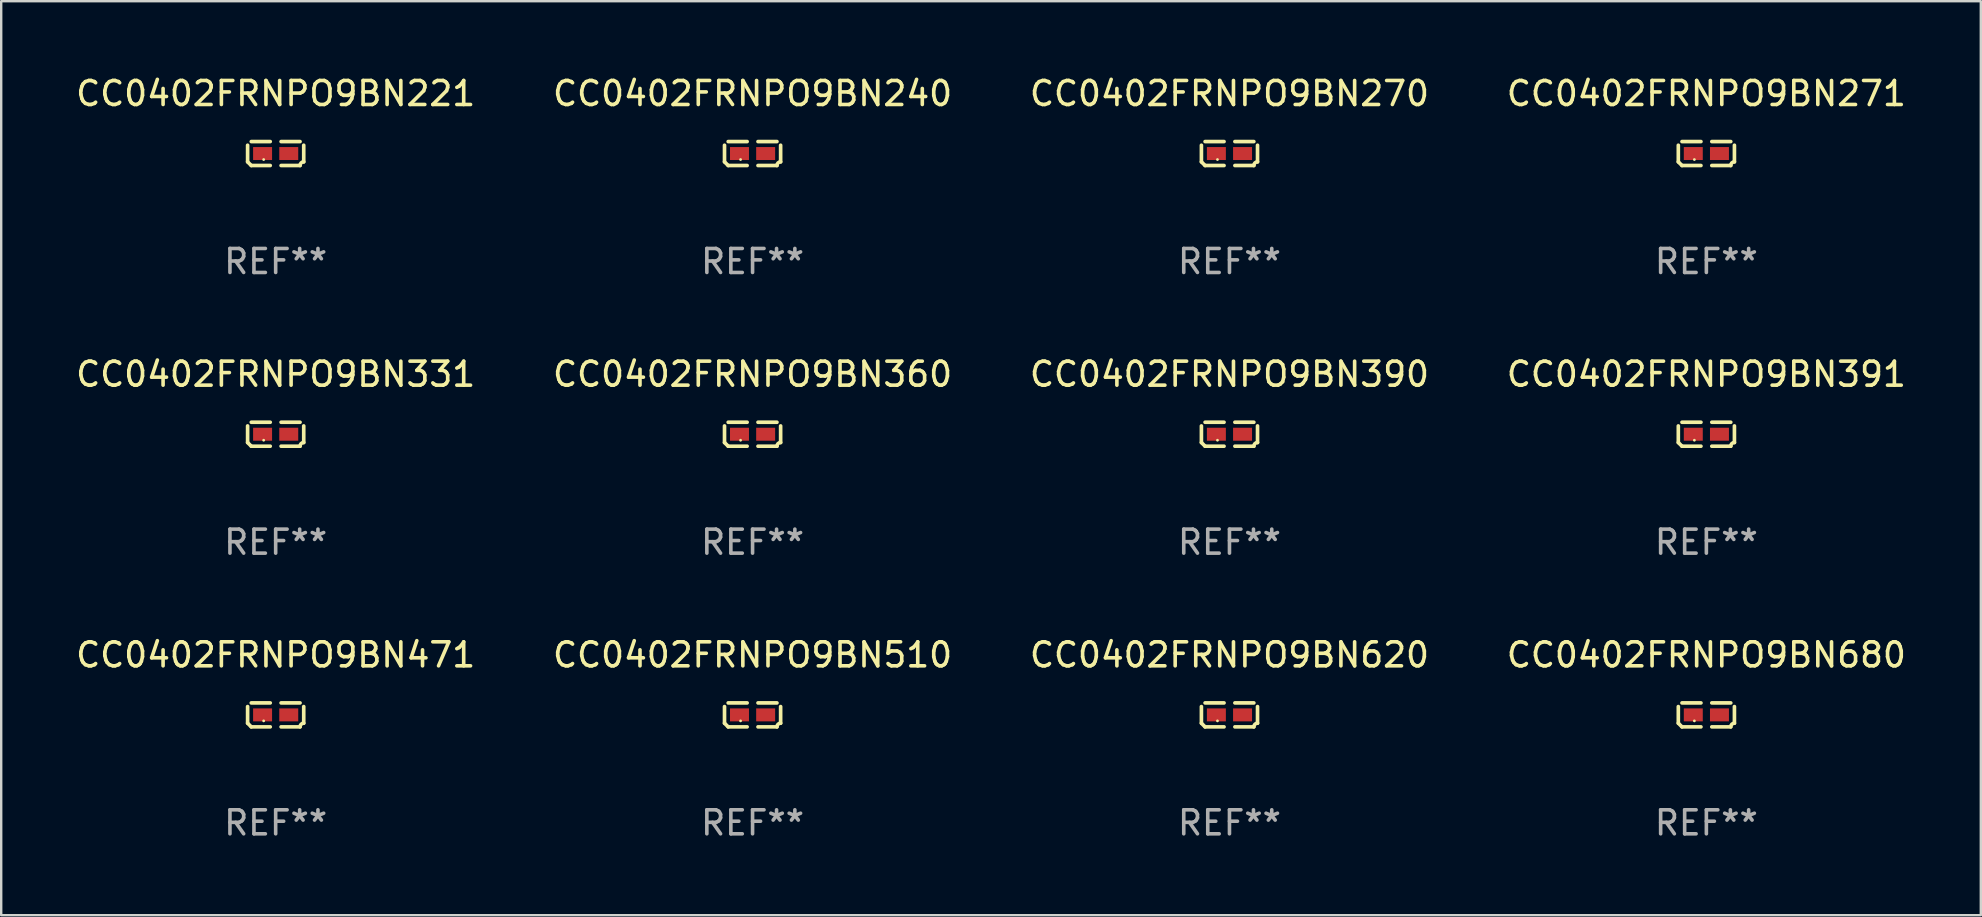
<source format=kicad_pcb>
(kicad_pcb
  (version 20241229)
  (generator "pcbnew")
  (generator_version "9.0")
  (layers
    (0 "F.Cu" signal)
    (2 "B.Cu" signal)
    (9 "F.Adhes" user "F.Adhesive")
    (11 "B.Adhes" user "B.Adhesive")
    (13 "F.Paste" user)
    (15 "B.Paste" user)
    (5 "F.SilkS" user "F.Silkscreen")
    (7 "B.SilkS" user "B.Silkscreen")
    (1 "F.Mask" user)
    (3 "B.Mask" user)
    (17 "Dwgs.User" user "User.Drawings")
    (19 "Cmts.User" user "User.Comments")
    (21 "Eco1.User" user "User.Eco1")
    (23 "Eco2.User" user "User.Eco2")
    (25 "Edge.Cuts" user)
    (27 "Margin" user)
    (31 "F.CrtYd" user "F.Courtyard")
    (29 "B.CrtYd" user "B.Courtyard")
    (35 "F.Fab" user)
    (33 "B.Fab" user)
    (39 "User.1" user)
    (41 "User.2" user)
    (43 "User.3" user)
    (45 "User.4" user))
  (footprint "CC0402FRNPO9BN620"
    (layer "F.Cu")
    (at 48.173 26.734)
    (property "Reference" "CC0402FRNPO9BN620" (at 0 -2.499 0) (layer "F.SilkS") (effects (font (size 1 1) (thickness 0.15))))
    (attr through_hole)
    (fp_line (start -1.169 0.346) (end -1.169 -0.346) (stroke (width 0.152) (type solid)) (layer "F.SilkS"))
    (fp_line (start -1.016 -0.499) (end -0.226 -0.499) (stroke (width 0.152) (type solid)) (layer "F.SilkS"))
    (fp_line (start -0.226 0.499) (end -1.016 0.499) (stroke (width 0.152) (type solid)) (layer "F.SilkS"))
    (fp_line (start 0.226 0.499) (end 1.016 0.499) (stroke (width 0.152) (type solid)) (layer "F.SilkS"))
    (fp_line (start 1.016 -0.499) (end 0.226 -0.499) (stroke (width 0.152) (type solid)) (layer "F.SilkS"))
    (fp_line (start 1.169 0.346) (end 1.169 -0.346) (stroke (width 0.152) (type solid)) (layer "F.SilkS"))
    (fp_arc (start -1.016307 0.498603) (mid -1.092512 0.422405) (end -1.16871 0.3462) (stroke (width 0.1524) (type solid)) (layer "F.SilkS"))
    (fp_arc (start 1.016307 0.498603) (mid 1.060899 0.390758) (end 1.168707 0.346076) (stroke (width 0.1524) (type solid)) (layer "F.SilkS"))
    (fp_circle (center -0.5 0.25) (end -0.47 0.25) (stroke (width 0.06) (type solid)) (fill no) (layer "F.SilkS"))
    (fp_text user "REF**" (at 0 4.499 0) (layer "F.Fab") (effects (font (size 1 1) (thickness 0.15))))
    (pad "1" smd rect (at -0.545 0) (size 0.79 0.54) (layers "F.Cu" "F.Mask" "F.Paste"))
    (pad "2" smd rect (at 0.545 0) (size 0.79 0.54) (layers "F.Cu" "F.Mask" "F.Paste")))
  (footprint "CC0402FRNPO9BN221"
    (layer "F.Cu")
    (at 8.435 3.347)
    (property "Reference" "CC0402FRNPO9BN221" (at 0 -2.499 0) (layer "F.SilkS") (effects (font (size 1 1) (thickness 0.15))))
    (attr through_hole)
    (fp_line (start -1.169 0.346) (end -1.169 -0.346) (stroke (width 0.152) (type solid)) (layer "F.SilkS"))
    (fp_line (start -1.016 -0.499) (end -0.226 -0.499) (stroke (width 0.152) (type solid)) (layer "F.SilkS"))
    (fp_line (start -0.226 0.499) (end -1.016 0.499) (stroke (width 0.152) (type solid)) (layer "F.SilkS"))
    (fp_line (start 0.226 0.499) (end 1.016 0.499) (stroke (width 0.152) (type solid)) (layer "F.SilkS"))
    (fp_line (start 1.016 -0.499) (end 0.226 -0.499) (stroke (width 0.152) (type solid)) (layer "F.SilkS"))
    (fp_line (start 1.169 0.346) (end 1.169 -0.346) (stroke (width 0.152) (type solid)) (layer "F.SilkS"))
    (fp_arc (start -1.016307 0.498603) (mid -1.092512 0.422405) (end -1.16871 0.3462) (stroke (width 0.1524) (type solid)) (layer "F.SilkS"))
    (fp_arc (start 1.016307 0.498603) (mid 1.060899 0.390758) (end 1.168707 0.346076) (stroke (width 0.1524) (type solid)) (layer "F.SilkS"))
    (fp_circle (center -0.5 0.25) (end -0.47 0.25) (stroke (width 0.06) (type solid)) (fill no) (layer "F.SilkS"))
    (fp_text user "REF**" (at 0 4.499 0) (layer "F.Fab") (effects (font (size 1 1) (thickness 0.15))))
    (pad "1" smd rect (at -0.545 0) (size 0.79 0.54) (layers "F.Cu" "F.Mask" "F.Paste"))
    (pad "2" smd rect (at 0.545 0) (size 0.79 0.54) (layers "F.Cu" "F.Mask" "F.Paste")))
  (footprint "CC0402FRNPO9BN680"
    (layer "F.Cu")
    (at 68.042 26.734)
    (property "Reference" "CC0402FRNPO9BN680" (at 0 -2.499 0) (layer "F.SilkS") (effects (font (size 1 1) (thickness 0.15))))
    (attr through_hole)
    (fp_line (start -1.169 0.346) (end -1.169 -0.346) (stroke (width 0.152) (type solid)) (layer "F.SilkS"))
    (fp_line (start -1.016 -0.499) (end -0.226 -0.499) (stroke (width 0.152) (type solid)) (layer "F.SilkS"))
    (fp_line (start -0.226 0.499) (end -1.016 0.499) (stroke (width 0.152) (type solid)) (layer "F.SilkS"))
    (fp_line (start 0.226 0.499) (end 1.016 0.499) (stroke (width 0.152) (type solid)) (layer "F.SilkS"))
    (fp_line (start 1.016 -0.499) (end 0.226 -0.499) (stroke (width 0.152) (type solid)) (layer "F.SilkS"))
    (fp_line (start 1.169 0.346) (end 1.169 -0.346) (stroke (width 0.152) (type solid)) (layer "F.SilkS"))
    (fp_arc (start -1.016307 0.498603) (mid -1.092512 0.422405) (end -1.16871 0.3462) (stroke (width 0.1524) (type solid)) (layer "F.SilkS"))
    (fp_arc (start 1.016307 0.498603) (mid 1.060899 0.390758) (end 1.168707 0.346076) (stroke (width 0.1524) (type solid)) (layer "F.SilkS"))
    (fp_circle (center -0.5 0.25) (end -0.47 0.25) (stroke (width 0.06) (type solid)) (fill no) (layer "F.SilkS"))
    (fp_text user "REF**" (at 0 4.499 0) (layer "F.Fab") (effects (font (size 1 1) (thickness 0.15))))
    (pad "1" smd rect (at -0.545 0) (size 0.79 0.54) (layers "F.Cu" "F.Mask" "F.Paste"))
    (pad "2" smd rect (at 0.545 0) (size 0.79 0.54) (layers "F.Cu" "F.Mask" "F.Paste")))
  (footprint "CC0402FRNPO9BN271"
    (layer "F.Cu")
    (at 68.042 3.347)
    (property "Reference" "CC0402FRNPO9BN271" (at 0 -2.499 0) (layer "F.SilkS") (effects (font (size 1 1) (thickness 0.15))))
    (attr through_hole)
    (fp_line (start -1.169 0.346) (end -1.169 -0.346) (stroke (width 0.152) (type solid)) (layer "F.SilkS"))
    (fp_line (start -1.016 -0.499) (end -0.226 -0.499) (stroke (width 0.152) (type solid)) (layer "F.SilkS"))
    (fp_line (start -0.226 0.499) (end -1.016 0.499) (stroke (width 0.152) (type solid)) (layer "F.SilkS"))
    (fp_line (start 0.226 0.499) (end 1.016 0.499) (stroke (width 0.152) (type solid)) (layer "F.SilkS"))
    (fp_line (start 1.016 -0.499) (end 0.226 -0.499) (stroke (width 0.152) (type solid)) (layer "F.SilkS"))
    (fp_line (start 1.169 0.346) (end 1.169 -0.346) (stroke (width 0.152) (type solid)) (layer "F.SilkS"))
    (fp_arc (start -1.016307 0.498603) (mid -1.092512 0.422405) (end -1.16871 0.3462) (stroke (width 0.1524) (type solid)) (layer "F.SilkS"))
    (fp_arc (start 1.016307 0.498603) (mid 1.060899 0.390758) (end 1.168707 0.346076) (stroke (width 0.1524) (type solid)) (layer "F.SilkS"))
    (fp_circle (center -0.5 0.25) (end -0.47 0.25) (stroke (width 0.06) (type solid)) (fill no) (layer "F.SilkS"))
    (fp_text user "REF**" (at 0 4.499 0) (layer "F.Fab") (effects (font (size 1 1) (thickness 0.15))))
    (pad "1" smd rect (at -0.545 0) (size 0.79 0.54) (layers "F.Cu" "F.Mask" "F.Paste"))
    (pad "2" smd rect (at 0.545 0) (size 0.79 0.54) (layers "F.Cu" "F.Mask" "F.Paste")))
  (footprint "CC0402FRNPO9BN391"
    (layer "F.Cu")
    (at 68.042 15.041)
    (property "Reference" "CC0402FRNPO9BN391" (at 0 -2.499 0) (layer "F.SilkS") (effects (font (size 1 1) (thickness 0.15))))
    (attr through_hole)
    (fp_line (start -1.169 0.346) (end -1.169 -0.346) (stroke (width 0.152) (type solid)) (layer "F.SilkS"))
    (fp_line (start -1.016 -0.499) (end -0.226 -0.499) (stroke (width 0.152) (type solid)) (layer "F.SilkS"))
    (fp_line (start -0.226 0.499) (end -1.016 0.499) (stroke (width 0.152) (type solid)) (layer "F.SilkS"))
    (fp_line (start 0.226 0.499) (end 1.016 0.499) (stroke (width 0.152) (type solid)) (layer "F.SilkS"))
    (fp_line (start 1.016 -0.499) (end 0.226 -0.499) (stroke (width 0.152) (type solid)) (layer "F.SilkS"))
    (fp_line (start 1.169 0.346) (end 1.169 -0.346) (stroke (width 0.152) (type solid)) (layer "F.SilkS"))
    (fp_arc (start -1.016307 0.498603) (mid -1.092512 0.422405) (end -1.16871 0.3462) (stroke (width 0.1524) (type solid)) (layer "F.SilkS"))
    (fp_arc (start 1.016307 0.498603) (mid 1.060899 0.390758) (end 1.168707 0.346076) (stroke (width 0.1524) (type solid)) (layer "F.SilkS"))
    (fp_circle (center -0.5 0.25) (end -0.47 0.25) (stroke (width 0.06) (type solid)) (fill no) (layer "F.SilkS"))
    (fp_text user "REF**" (at 0 4.499 0) (layer "F.Fab") (effects (font (size 1 1) (thickness 0.15))))
    (pad "1" smd rect (at -0.545 0) (size 0.79 0.54) (layers "F.Cu" "F.Mask" "F.Paste"))
    (pad "2" smd rect (at 0.545 0) (size 0.79 0.54) (layers "F.Cu" "F.Mask" "F.Paste")))
  (footprint "CC0402FRNPO9BN471"
    (layer "F.Cu")
    (at 8.435 26.734)
    (property "Reference" "CC0402FRNPO9BN471" (at 0 -2.499 0) (layer "F.SilkS") (effects (font (size 1 1) (thickness 0.15))))
    (attr through_hole)
    (fp_line (start -1.169 0.346) (end -1.169 -0.346) (stroke (width 0.152) (type solid)) (layer "F.SilkS"))
    (fp_line (start -1.016 -0.499) (end -0.226 -0.499) (stroke (width 0.152) (type solid)) (layer "F.SilkS"))
    (fp_line (start -0.226 0.499) (end -1.016 0.499) (stroke (width 0.152) (type solid)) (layer "F.SilkS"))
    (fp_line (start 0.226 0.499) (end 1.016 0.499) (stroke (width 0.152) (type solid)) (layer "F.SilkS"))
    (fp_line (start 1.016 -0.499) (end 0.226 -0.499) (stroke (width 0.152) (type solid)) (layer "F.SilkS"))
    (fp_line (start 1.169 0.346) (end 1.169 -0.346) (stroke (width 0.152) (type solid)) (layer "F.SilkS"))
    (fp_arc (start -1.016307 0.498603) (mid -1.092512 0.422405) (end -1.16871 0.3462) (stroke (width 0.1524) (type solid)) (layer "F.SilkS"))
    (fp_arc (start 1.016307 0.498603) (mid 1.060899 0.390758) (end 1.168707 0.346076) (stroke (width 0.1524) (type solid)) (layer "F.SilkS"))
    (fp_circle (center -0.5 0.25) (end -0.47 0.25) (stroke (width 0.06) (type solid)) (fill no) (layer "F.SilkS"))
    (fp_text user "REF**" (at 0 4.499 0) (layer "F.Fab") (effects (font (size 1 1) (thickness 0.15))))
    (pad "1" smd rect (at -0.545 0) (size 0.79 0.54) (layers "F.Cu" "F.Mask" "F.Paste"))
    (pad "2" smd rect (at 0.545 0) (size 0.79 0.54) (layers "F.Cu" "F.Mask" "F.Paste")))
  (footprint "CC0402FRNPO9BN331"
    (layer "F.Cu")
    (at 8.435 15.041)
    (property "Reference" "CC0402FRNPO9BN331" (at 0 -2.499 0) (layer "F.SilkS") (effects (font (size 1 1) (thickness 0.15))))
    (attr through_hole)
    (fp_line (start -1.169 0.346) (end -1.169 -0.346) (stroke (width 0.152) (type solid)) (layer "F.SilkS"))
    (fp_line (start -1.016 -0.499) (end -0.226 -0.499) (stroke (width 0.152) (type solid)) (layer "F.SilkS"))
    (fp_line (start -0.226 0.499) (end -1.016 0.499) (stroke (width 0.152) (type solid)) (layer "F.SilkS"))
    (fp_line (start 0.226 0.499) (end 1.016 0.499) (stroke (width 0.152) (type solid)) (layer "F.SilkS"))
    (fp_line (start 1.016 -0.499) (end 0.226 -0.499) (stroke (width 0.152) (type solid)) (layer "F.SilkS"))
    (fp_line (start 1.169 0.346) (end 1.169 -0.346) (stroke (width 0.152) (type solid)) (layer "F.SilkS"))
    (fp_arc (start -1.016307 0.498603) (mid -1.092512 0.422405) (end -1.16871 0.3462) (stroke (width 0.1524) (type solid)) (layer "F.SilkS"))
    (fp_arc (start 1.016307 0.498603) (mid 1.060899 0.390758) (end 1.168707 0.346076) (stroke (width 0.1524) (type solid)) (layer "F.SilkS"))
    (fp_circle (center -0.5 0.25) (end -0.47 0.25) (stroke (width 0.06) (type solid)) (fill no) (layer "F.SilkS"))
    (fp_text user "REF**" (at 0 4.499 0) (layer "F.Fab") (effects (font (size 1 1) (thickness 0.15))))
    (pad "1" smd rect (at -0.545 0) (size 0.79 0.54) (layers "F.Cu" "F.Mask" "F.Paste"))
    (pad "2" smd rect (at 0.545 0) (size 0.79 0.54) (layers "F.Cu" "F.Mask" "F.Paste")))
  (footprint "CC0402FRNPO9BN240"
    (layer "F.Cu")
    (at 28.304 3.347)
    (property "Reference" "CC0402FRNPO9BN240" (at 0 -2.499 0) (layer "F.SilkS") (effects (font (size 1 1) (thickness 0.15))))
    (attr through_hole)
    (fp_line (start -1.169 0.346) (end -1.169 -0.346) (stroke (width 0.152) (type solid)) (layer "F.SilkS"))
    (fp_line (start -1.016 -0.499) (end -0.226 -0.499) (stroke (width 0.152) (type solid)) (layer "F.SilkS"))
    (fp_line (start -0.226 0.499) (end -1.016 0.499) (stroke (width 0.152) (type solid)) (layer "F.SilkS"))
    (fp_line (start 0.226 0.499) (end 1.016 0.499) (stroke (width 0.152) (type solid)) (layer "F.SilkS"))
    (fp_line (start 1.016 -0.499) (end 0.226 -0.499) (stroke (width 0.152) (type solid)) (layer "F.SilkS"))
    (fp_line (start 1.169 0.346) (end 1.169 -0.346) (stroke (width 0.152) (type solid)) (layer "F.SilkS"))
    (fp_arc (start -1.016307 0.498603) (mid -1.092512 0.422405) (end -1.16871 0.3462) (stroke (width 0.1524) (type solid)) (layer "F.SilkS"))
    (fp_arc (start 1.016307 0.498603) (mid 1.060899 0.390758) (end 1.168707 0.346076) (stroke (width 0.1524) (type solid)) (layer "F.SilkS"))
    (fp_circle (center -0.5 0.25) (end -0.47 0.25) (stroke (width 0.06) (type solid)) (fill no) (layer "F.SilkS"))
    (fp_text user "REF**" (at 0 4.499 0) (layer "F.Fab") (effects (font (size 1 1) (thickness 0.15))))
    (pad "1" smd rect (at -0.545 0) (size 0.79 0.54) (layers "F.Cu" "F.Mask" "F.Paste"))
    (pad "2" smd rect (at 0.545 0) (size 0.79 0.54) (layers "F.Cu" "F.Mask" "F.Paste")))
  (footprint "CC0402FRNPO9BN390"
    (layer "F.Cu")
    (at 48.173 15.041)
    (property "Reference" "CC0402FRNPO9BN390" (at 0 -2.499 0) (layer "F.SilkS") (effects (font (size 1 1) (thickness 0.15))))
    (attr through_hole)
    (fp_line (start -1.169 0.346) (end -1.169 -0.346) (stroke (width 0.152) (type solid)) (layer "F.SilkS"))
    (fp_line (start -1.016 -0.499) (end -0.226 -0.499) (stroke (width 0.152) (type solid)) (layer "F.SilkS"))
    (fp_line (start -0.226 0.499) (end -1.016 0.499) (stroke (width 0.152) (type solid)) (layer "F.SilkS"))
    (fp_line (start 0.226 0.499) (end 1.016 0.499) (stroke (width 0.152) (type solid)) (layer "F.SilkS"))
    (fp_line (start 1.016 -0.499) (end 0.226 -0.499) (stroke (width 0.152) (type solid)) (layer "F.SilkS"))
    (fp_line (start 1.169 0.346) (end 1.169 -0.346) (stroke (width 0.152) (type solid)) (layer "F.SilkS"))
    (fp_arc (start -1.016307 0.498603) (mid -1.092512 0.422405) (end -1.16871 0.3462) (stroke (width 0.1524) (type solid)) (layer "F.SilkS"))
    (fp_arc (start 1.016307 0.498603) (mid 1.060899 0.390758) (end 1.168707 0.346076) (stroke (width 0.1524) (type solid)) (layer "F.SilkS"))
    (fp_circle (center -0.5 0.25) (end -0.47 0.25) (stroke (width 0.06) (type solid)) (fill no) (layer "F.SilkS"))
    (fp_text user "REF**" (at 0 4.499 0) (layer "F.Fab") (effects (font (size 1 1) (thickness 0.15))))
    (pad "1" smd rect (at -0.545 0) (size 0.79 0.54) (layers "F.Cu" "F.Mask" "F.Paste"))
    (pad "2" smd rect (at 0.545 0) (size 0.79 0.54) (layers "F.Cu" "F.Mask" "F.Paste")))
  (footprint "CC0402FRNPO9BN360"
    (layer "F.Cu")
    (at 28.304 15.041)
    (property "Reference" "CC0402FRNPO9BN360" (at 0 -2.499 0) (layer "F.SilkS") (effects (font (size 1 1) (thickness 0.15))))
    (attr through_hole)
    (fp_line (start -1.169 0.346) (end -1.169 -0.346) (stroke (width 0.152) (type solid)) (layer "F.SilkS"))
    (fp_line (start -1.016 -0.499) (end -0.226 -0.499) (stroke (width 0.152) (type solid)) (layer "F.SilkS"))
    (fp_line (start -0.226 0.499) (end -1.016 0.499) (stroke (width 0.152) (type solid)) (layer "F.SilkS"))
    (fp_line (start 0.226 0.499) (end 1.016 0.499) (stroke (width 0.152) (type solid)) (layer "F.SilkS"))
    (fp_line (start 1.016 -0.499) (end 0.226 -0.499) (stroke (width 0.152) (type solid)) (layer "F.SilkS"))
    (fp_line (start 1.169 0.346) (end 1.169 -0.346) (stroke (width 0.152) (type solid)) (layer "F.SilkS"))
    (fp_arc (start -1.016307 0.498603) (mid -1.092512 0.422405) (end -1.16871 0.3462) (stroke (width 0.1524) (type solid)) (layer "F.SilkS"))
    (fp_arc (start 1.016307 0.498603) (mid 1.060899 0.390758) (end 1.168707 0.346076) (stroke (width 0.1524) (type solid)) (layer "F.SilkS"))
    (fp_circle (center -0.5 0.25) (end -0.47 0.25) (stroke (width 0.06) (type solid)) (fill no) (layer "F.SilkS"))
    (fp_text user "REF**" (at 0 4.499 0) (layer "F.Fab") (effects (font (size 1 1) (thickness 0.15))))
    (pad "1" smd rect (at -0.545 0) (size 0.79 0.54) (layers "F.Cu" "F.Mask" "F.Paste"))
    (pad "2" smd rect (at 0.545 0) (size 0.79 0.54) (layers "F.Cu" "F.Mask" "F.Paste")))
  (footprint "CC0402FRNPO9BN510"
    (layer "F.Cu")
    (at 28.304 26.734)
    (property "Reference" "CC0402FRNPO9BN510" (at 0 -2.499 0) (layer "F.SilkS") (effects (font (size 1 1) (thickness 0.15))))
    (attr through_hole)
    (fp_line (start -1.169 0.346) (end -1.169 -0.346) (stroke (width 0.152) (type solid)) (layer "F.SilkS"))
    (fp_line (start -1.016 -0.499) (end -0.226 -0.499) (stroke (width 0.152) (type solid)) (layer "F.SilkS"))
    (fp_line (start -0.226 0.499) (end -1.016 0.499) (stroke (width 0.152) (type solid)) (layer "F.SilkS"))
    (fp_line (start 0.226 0.499) (end 1.016 0.499) (stroke (width 0.152) (type solid)) (layer "F.SilkS"))
    (fp_line (start 1.016 -0.499) (end 0.226 -0.499) (stroke (width 0.152) (type solid)) (layer "F.SilkS"))
    (fp_line (start 1.169 0.346) (end 1.169 -0.346) (stroke (width 0.152) (type solid)) (layer "F.SilkS"))
    (fp_arc (start -1.016307 0.498603) (mid -1.092512 0.422405) (end -1.16871 0.3462) (stroke (width 0.1524) (type solid)) (layer "F.SilkS"))
    (fp_arc (start 1.016307 0.498603) (mid 1.060899 0.390758) (end 1.168707 0.346076) (stroke (width 0.1524) (type solid)) (layer "F.SilkS"))
    (fp_circle (center -0.5 0.25) (end -0.47 0.25) (stroke (width 0.06) (type solid)) (fill no) (layer "F.SilkS"))
    (fp_text user "REF**" (at 0 4.499 0) (layer "F.Fab") (effects (font (size 1 1) (thickness 0.15))))
    (pad "1" smd rect (at -0.545 0) (size 0.79 0.54) (layers "F.Cu" "F.Mask" "F.Paste"))
    (pad "2" smd rect (at 0.545 0) (size 0.79 0.54) (layers "F.Cu" "F.Mask" "F.Paste")))
  (footprint "CC0402FRNPO9BN270"
    (layer "F.Cu")
    (at 48.173 3.347)
    (property "Reference" "CC0402FRNPO9BN270" (at 0 -2.499 0) (layer "F.SilkS") (effects (font (size 1 1) (thickness 0.15))))
    (attr through_hole)
    (fp_line (start -1.169 0.346) (end -1.169 -0.346) (stroke (width 0.152) (type solid)) (layer "F.SilkS"))
    (fp_line (start -1.016 -0.499) (end -0.226 -0.499) (stroke (width 0.152) (type solid)) (layer "F.SilkS"))
    (fp_line (start -0.226 0.499) (end -1.016 0.499) (stroke (width 0.152) (type solid)) (layer "F.SilkS"))
    (fp_line (start 0.226 0.499) (end 1.016 0.499) (stroke (width 0.152) (type solid)) (layer "F.SilkS"))
    (fp_line (start 1.016 -0.499) (end 0.226 -0.499) (stroke (width 0.152) (type solid)) (layer "F.SilkS"))
    (fp_line (start 1.169 0.346) (end 1.169 -0.346) (stroke (width 0.152) (type solid)) (layer "F.SilkS"))
    (fp_arc (start -1.016307 0.498603) (mid -1.092512 0.422405) (end -1.16871 0.3462) (stroke (width 0.1524) (type solid)) (layer "F.SilkS"))
    (fp_arc (start 1.016307 0.498603) (mid 1.060899 0.390758) (end 1.168707 0.346076) (stroke (width 0.1524) (type solid)) (layer "F.SilkS"))
    (fp_circle (center -0.5 0.25) (end -0.47 0.25) (stroke (width 0.06) (type solid)) (fill no) (layer "F.SilkS"))
    (fp_text user "REF**" (at 0 4.499 0) (layer "F.Fab") (effects (font (size 1 1) (thickness 0.15))))
    (pad "1" smd rect (at -0.545 0) (size 0.79 0.54) (layers "F.Cu" "F.Mask" "F.Paste"))
    (pad "2" smd rect (at 0.545 0) (size 0.79 0.54) (layers "F.Cu" "F.Mask" "F.Paste")))
  (gr_rect
    (start -3 -3)
    (end 79.476 35.081)
    (stroke (width 0.1) (type default))
    (fill no)
    (layer "Edge.Cuts")))
</source>
